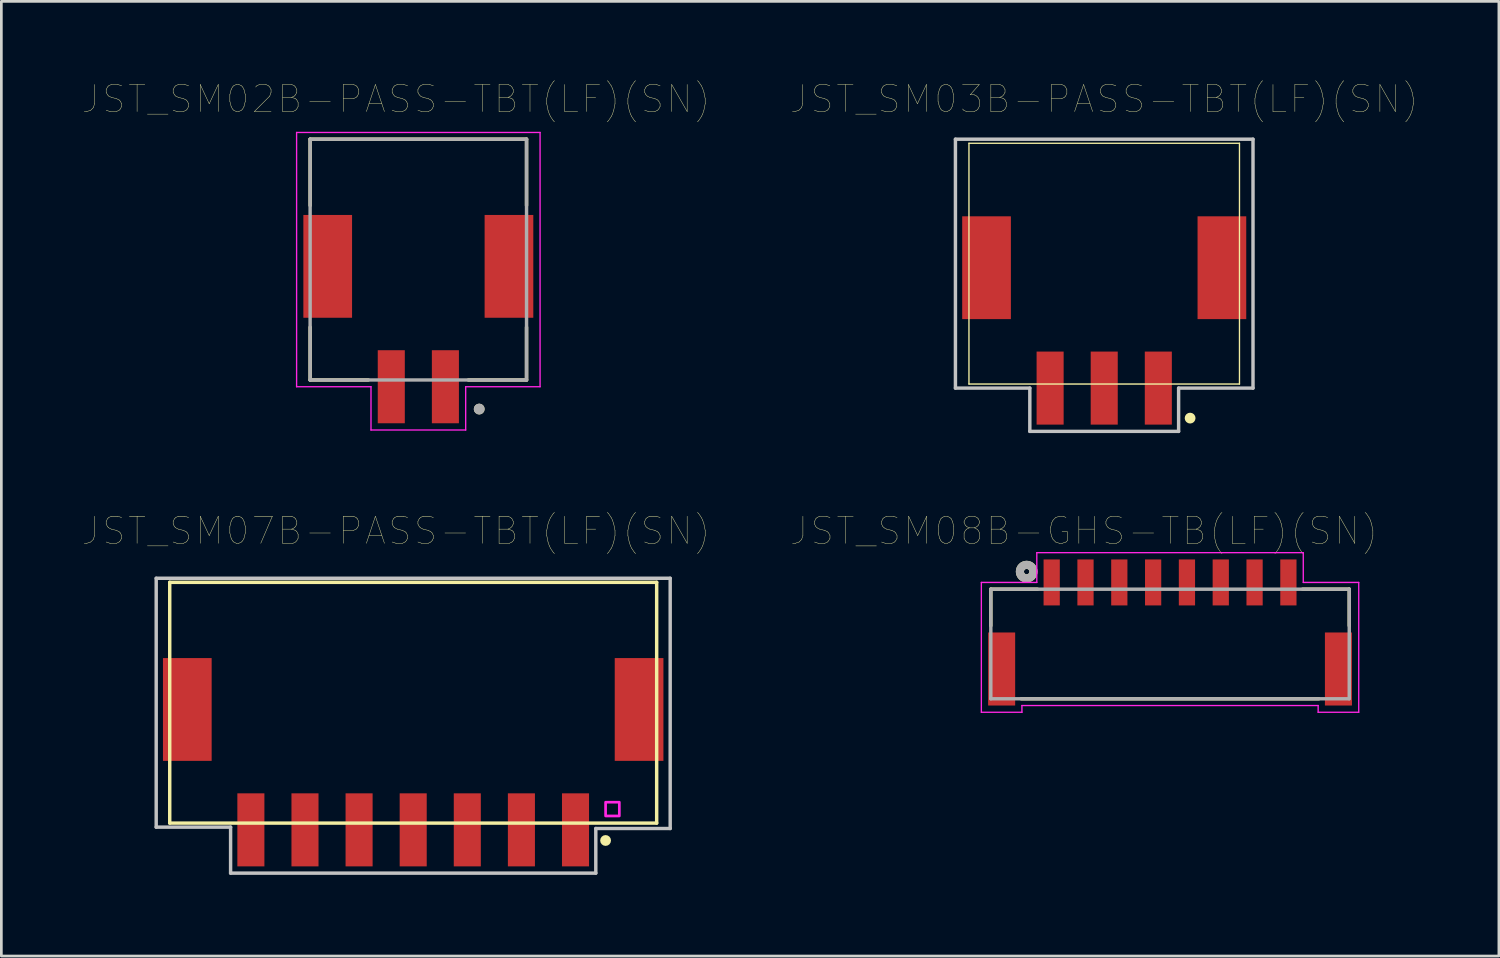
<source format=kicad_pcb>
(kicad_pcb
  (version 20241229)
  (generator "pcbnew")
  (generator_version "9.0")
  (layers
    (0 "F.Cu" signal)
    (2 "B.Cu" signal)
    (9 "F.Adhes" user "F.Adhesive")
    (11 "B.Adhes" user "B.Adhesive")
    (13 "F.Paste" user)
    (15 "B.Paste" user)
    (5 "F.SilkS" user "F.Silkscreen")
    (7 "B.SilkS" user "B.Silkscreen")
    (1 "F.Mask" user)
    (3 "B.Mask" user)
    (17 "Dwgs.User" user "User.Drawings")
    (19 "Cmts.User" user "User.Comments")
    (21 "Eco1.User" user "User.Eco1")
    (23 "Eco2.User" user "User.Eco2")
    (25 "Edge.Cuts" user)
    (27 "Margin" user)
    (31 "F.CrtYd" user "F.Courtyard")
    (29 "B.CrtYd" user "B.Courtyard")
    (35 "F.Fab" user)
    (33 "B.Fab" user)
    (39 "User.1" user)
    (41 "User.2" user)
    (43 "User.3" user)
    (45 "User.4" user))
  (footprint "JST_SM07B-PASS-TBT(LF)(SN)"
    (layer "F.Cu")
    (at 12.224 18.476)
    (property "Reference" "JST_SM07B-PASS-TBT(LF)(SN)" (at -0.635 -1.905 0) (layer "F.SilkS") (effects (font (size 1 1) (thickness 0.015))))
    (attr through_hole)
    (fp_line (start -9 0) (end -9 8.9) (stroke (width 0.127) (type solid)) (layer "F.SilkS"))
    (fp_line (start -9 8.9) (end 9 8.9) (stroke (width 0.127) (type solid)) (layer "F.SilkS"))
    (fp_line (start 9 0) (end -9 0) (stroke (width 0.127) (type solid)) (layer "F.SilkS"))
    (fp_line (start 9 8.9) (end 9 0) (stroke (width 0.127) (type solid)) (layer "F.SilkS"))
    (fp_circle (center 7.112 9.543) (end 7.212 9.543) (stroke (width 0.2) (type solid)) (fill no) (layer "F.SilkS"))
    (fp_line (start -9.5 -0.15) (end -9.5 9.05) (stroke (width 0.127) (type solid)) (layer "Dwgs.User"))
    (fp_line (start -9.5 9.05) (end -6.75 9.05) (stroke (width 0.127) (type solid)) (layer "Dwgs.User"))
    (fp_line (start -6.75 9.05) (end -6.75 10.75) (stroke (width 0.127) (type solid)) (layer "Dwgs.User"))
    (fp_line (start -6.75 10.75) (end 6.75 10.75) (stroke (width 0.127) (type solid)) (layer "Dwgs.User"))
    (fp_line (start 6.75 9.1) (end 9.5 9.1) (stroke (width 0.127) (type solid)) (layer "Dwgs.User"))
    (fp_line (start 6.75 10.75) (end 6.75 9.1) (stroke (width 0.127) (type solid)) (layer "Dwgs.User"))
    (fp_line (start 9.5 -0.15) (end -9.5 -0.15) (stroke (width 0.127) (type solid)) (layer "Dwgs.User"))
    (fp_line (start 9.5 9.1) (end 9.5 -0.15) (stroke (width 0.127) (type solid)) (layer "Dwgs.User"))
    (fp_poly (pts (xy 7.62 8.636) (xy 7.112 8.636) (xy 7.112 8.128) (xy 7.62 8.128)) (stroke (width 0.1) (type solid)) (fill no) (layer "F.CrtYd"))
    (pad "1" smd rect (at 6 9.15) (size 1 2.7) (layers "F.Cu" "F.Mask" "F.Paste"))
    (pad "2" smd rect (at 4 9.15) (size 1 2.7) (layers "F.Cu" "F.Mask" "F.Paste"))
    (pad "3" smd rect (at 2 9.15) (size 1 2.7) (layers "F.Cu" "F.Mask" "F.Paste"))
    (pad "4" smd rect (at 0 9.15) (size 1 2.7) (layers "F.Cu" "F.Mask" "F.Paste"))
    (pad "5" smd rect (at -2 9.15) (size 1 2.7) (layers "F.Cu" "F.Mask" "F.Paste"))
    (pad "6" smd rect (at -4 9.15) (size 1 2.7) (layers "F.Cu" "F.Mask" "F.Paste"))
    (pad "7" smd rect (at -6 9.15) (size 1 2.7) (layers "F.Cu" "F.Mask" "F.Paste"))
    (pad "S1" smd rect (at 8.35 4.7) (size 1.8 3.8) (layers "F.Cu" "F.Mask" "F.Paste"))
    (pad "S2" smd rect (at -8.35 4.7) (size 1.8 3.8) (layers "F.Cu" "F.Mask" "F.Paste")))
  (footprint "JST_SM08B-GHS-TB(LF)(SN)"
    (layer "F.Cu")
    (at 40.201 18.48)
    (property "Reference" "JST_SM08B-GHS-TB(LF)(SN)" (at -3.18 -1.908 0) (layer "F.SilkS") (effects (font (size 1.001 1.001) (thickness 0.015))))
    (attr through_hole)
    (fp_line (start -6.625 0.25) (end -6.625 1.6) (stroke (width 0.127) (type solid)) (layer "F.SilkS"))
    (fp_line (start -5.5 4.3) (end 5.5 4.3) (stroke (width 0.127) (type solid)) (layer "F.SilkS"))
    (fp_line (start -4.9 0.25) (end -6.625 0.25) (stroke (width 0.127) (type solid)) (layer "F.SilkS"))
    (fp_line (start 6.625 0.25) (end 4.9 0.25) (stroke (width 0.127) (type solid)) (layer "F.SilkS"))
    (fp_line (start 6.625 0.25) (end 6.625 1.6) (stroke (width 0.127) (type solid)) (layer "F.SilkS"))
    (fp_circle (center -5.3 -0.4) (end -5.2 -0.4) (stroke (width 0.3) (type solid)) (fill no) (layer "F.SilkS"))
    (fp_line (start -6.975 0) (end -4.925 0) (stroke (width 0.05) (type solid)) (layer "F.CrtYd"))
    (fp_line (start -6.975 4.8) (end -6.975 0) (stroke (width 0.05) (type solid)) (layer "F.CrtYd"))
    (fp_line (start -5.475 4.55) (end -5.475 4.8) (stroke (width 0.05) (type solid)) (layer "F.CrtYd"))
    (fp_line (start -5.475 4.8) (end -6.975 4.8) (stroke (width 0.05) (type solid)) (layer "F.CrtYd"))
    (fp_line (start -4.925 -1.1) (end 4.925 -1.1) (stroke (width 0.05) (type solid)) (layer "F.CrtYd"))
    (fp_line (start -4.925 0) (end -4.925 -1.1) (stroke (width 0.05) (type solid)) (layer "F.CrtYd"))
    (fp_line (start 4.925 -1.1) (end 4.925 0) (stroke (width 0.05) (type solid)) (layer "F.CrtYd"))
    (fp_line (start 4.925 0) (end 6.975 0) (stroke (width 0.05) (type solid)) (layer "F.CrtYd"))
    (fp_line (start 5.475 4.55) (end -5.475 4.55) (stroke (width 0.05) (type solid)) (layer "F.CrtYd"))
    (fp_line (start 5.475 4.8) (end 5.475 4.55) (stroke (width 0.05) (type solid)) (layer "F.CrtYd"))
    (fp_line (start 6.975 0) (end 6.975 4.8) (stroke (width 0.05) (type solid)) (layer "F.CrtYd"))
    (fp_line (start 6.975 4.8) (end 5.475 4.8) (stroke (width 0.05) (type solid)) (layer "F.CrtYd"))
    (fp_line (start -6.625 0.25) (end 6.625 0.25) (stroke (width 0.127) (type solid)) (layer "F.Fab"))
    (fp_line (start -6.625 4.3) (end -6.625 0.25) (stroke (width 0.127) (type solid)) (layer "F.Fab"))
    (fp_line (start 6.625 0.25) (end 6.625 4.3) (stroke (width 0.127) (type solid)) (layer "F.Fab"))
    (fp_line (start 6.625 4.3) (end -6.625 4.3) (stroke (width 0.127) (type solid)) (layer "F.Fab"))
    (fp_circle (center -5.3 -0.4) (end -5.2 -0.4) (stroke (width 0.3) (type solid)) (fill no) (layer "F.Fab"))
    (pad "1" smd rect (at -4.375 0) (size 0.6 1.7) (layers "F.Cu" "F.Mask" "F.Paste"))
    (pad "2" smd rect (at -3.125 0) (size 0.6 1.7) (layers "F.Cu" "F.Mask" "F.Paste"))
    (pad "3" smd rect (at -1.875 0) (size 0.6 1.7) (layers "F.Cu" "F.Mask" "F.Paste"))
    (pad "4" smd rect (at -0.625 0) (size 0.6 1.7) (layers "F.Cu" "F.Mask" "F.Paste"))
    (pad "5" smd rect (at 0.625 0) (size 0.6 1.7) (layers "F.Cu" "F.Mask" "F.Paste"))
    (pad "6" smd rect (at 1.875 0) (size 0.6 1.7) (layers "F.Cu" "F.Mask" "F.Paste"))
    (pad "7" smd rect (at 3.125 0) (size 0.6 1.7) (layers "F.Cu" "F.Mask" "F.Paste"))
    (pad "8" smd rect (at 4.375 0) (size 0.6 1.7) (layers "F.Cu" "F.Mask" "F.Paste"))
    (pad "SH1" smd rect (at -6.225 3.2) (size 1 2.7) (layers "F.Cu" "F.Mask" "F.Paste"))
    (pad "SH2" smd rect (at 6.225 3.2) (size 1 2.7) (layers "F.Cu" "F.Mask" "F.Paste")))
  (footprint "JST_SM02B-PASS-TBT(LF)(SN)"
    (layer "F.Cu")
    (at 12.414 7.346)
    (property "Reference" "JST_SM02B-PASS-TBT(LF)(SN)" (at -0.825 -6.735 0) (layer "F.SilkS") (effects (font (size 1 1) (thickness 0.015))))
    (attr through_hole)
    (fp_line (start -4 -5.25) (end 4 -5.25) (stroke (width 0.127) (type solid)) (layer "F.SilkS"))
    (fp_line (start -4 -2.8) (end -4 -5.25) (stroke (width 0.127) (type solid)) (layer "F.SilkS"))
    (fp_line (start -4 1.7) (end -4 3.65) (stroke (width 0.127) (type solid)) (layer "F.SilkS"))
    (fp_line (start -4 3.65) (end -1.85 3.65) (stroke (width 0.127) (type solid)) (layer "F.SilkS"))
    (fp_line (start 4 -5.25) (end 4 -2.8) (stroke (width 0.127) (type solid)) (layer "F.SilkS"))
    (fp_line (start 4 1.7) (end 4 3.65) (stroke (width 0.127) (type solid)) (layer "F.SilkS"))
    (fp_line (start 4 3.65) (end 1.85 3.65) (stroke (width 0.127) (type solid)) (layer "F.SilkS"))
    (fp_circle (center 2.25 4.725) (end 2.35 4.725) (stroke (width 0.2) (type solid)) (fill no) (layer "F.SilkS"))
    (fp_line (start -4.5 -5.5) (end -4.5 3.9) (stroke (width 0.05) (type solid)) (layer "F.CrtYd"))
    (fp_line (start -4.5 3.9) (end -1.75 3.9) (stroke (width 0.05) (type solid)) (layer "F.CrtYd"))
    (fp_line (start -1.75 3.9) (end -1.75 5.5) (stroke (width 0.05) (type solid)) (layer "F.CrtYd"))
    (fp_line (start -1.75 5.5) (end 1.75 5.5) (stroke (width 0.05) (type solid)) (layer "F.CrtYd"))
    (fp_line (start 1.75 3.9) (end 4.5 3.9) (stroke (width 0.05) (type solid)) (layer "F.CrtYd"))
    (fp_line (start 1.75 5.5) (end 1.75 3.9) (stroke (width 0.05) (type solid)) (layer "F.CrtYd"))
    (fp_line (start 4.5 -5.5) (end -4.5 -5.5) (stroke (width 0.05) (type solid)) (layer "F.CrtYd"))
    (fp_line (start 4.5 3.9) (end 4.5 -5.5) (stroke (width 0.05) (type solid)) (layer "F.CrtYd"))
    (fp_line (start -4 -5.25) (end -4 3.65) (stroke (width 0.127) (type solid)) (layer "F.Fab"))
    (fp_line (start -4 -5.25) (end 4 -5.25) (stroke (width 0.127) (type solid)) (layer "F.Fab"))
    (fp_line (start -4 3.65) (end 4 3.65) (stroke (width 0.127) (type solid)) (layer "F.Fab"))
    (fp_line (start 4 3.65) (end 4 -5.25) (stroke (width 0.127) (type solid)) (layer "F.Fab"))
    (fp_circle (center 2.25 4.725) (end 2.35 4.725) (stroke (width 0.2) (type solid)) (fill no) (layer "F.Fab"))
    (pad "1" smd rect (at 1 3.9) (size 1 2.7) (layers "F.Cu" "F.Mask" "F.Paste"))
    (pad "2" smd rect (at -1 3.9) (size 1 2.7) (layers "F.Cu" "F.Mask" "F.Paste"))
    (pad "S1" smd rect (at 3.35 -0.55) (size 1.8 3.8) (layers "F.Cu" "F.Mask" "F.Paste"))
    (pad "S2" smd rect (at -3.35 -0.55) (size 1.8 3.8) (layers "F.Cu" "F.Mask" "F.Paste")))
  (footprint "JST_SM03B-PASS-TBT(LF)(SN)"
    (layer "F.Cu")
    (at 37.768 2.246)
    (property "Reference" "JST_SM03B-PASS-TBT(LF)(SN)" (at 0 -1.635 0) (layer "F.SilkS") (effects (font (size 1 1) (thickness 0.015))))
    (attr through_hole)
    (fp_line (start -5 0) (end -5 8.9) (stroke (width 0.05) (type solid)) (layer "F.SilkS"))
    (fp_line (start -5 0) (end 5 0) (stroke (width 0.05) (type solid)) (layer "F.SilkS"))
    (fp_line (start 5 0) (end 5 8.9) (stroke (width 0.05) (type solid)) (layer "F.SilkS"))
    (fp_line (start 5 8.9) (end -5 8.9) (stroke (width 0.05) (type solid)) (layer "F.SilkS"))
    (fp_circle (center 3.175 10.16) (end 3.275 10.16) (stroke (width 0.2) (type solid)) (fill no) (layer "F.SilkS"))
    (fp_line (start -5.5 -0.15) (end -5.5 9.05) (stroke (width 0.127) (type solid)) (layer "Dwgs.User"))
    (fp_line (start -5.5 9.05) (end -2.75 9.05) (stroke (width 0.127) (type solid)) (layer "Dwgs.User"))
    (fp_line (start -2.75 9.05) (end -2.75 10.65) (stroke (width 0.127) (type solid)) (layer "Dwgs.User"))
    (fp_line (start -2.75 10.65) (end 2.75 10.65) (stroke (width 0.127) (type solid)) (layer "Dwgs.User"))
    (fp_line (start 2.75 9.05) (end 5.5 9.05) (stroke (width 0.127) (type solid)) (layer "Dwgs.User"))
    (fp_line (start 2.75 10.65) (end 2.75 9.05) (stroke (width 0.127) (type solid)) (layer "Dwgs.User"))
    (fp_line (start 5.5 -0.15) (end -5.5 -0.15) (stroke (width 0.127) (type solid)) (layer "Dwgs.User"))
    (fp_line (start 5.5 9.05) (end 5.5 -0.15) (stroke (width 0.127) (type solid)) (layer "Dwgs.User"))
    (pad "1" smd rect (at 2 9.05) (size 1 2.7) (layers "F.Cu" "F.Mask" "F.Paste"))
    (pad "2" smd rect (at 0 9.05) (size 1 2.7) (layers "F.Cu" "F.Mask" "F.Paste"))
    (pad "3" smd rect (at -2 9.05) (size 1 2.7) (layers "F.Cu" "F.Mask" "F.Paste"))
    (pad "S1" smd rect (at 4.35 4.6) (size 1.8 3.8) (layers "F.Cu" "F.Mask" "F.Paste"))
    (pad "S2" smd rect (at -4.35 4.6) (size 1.8 3.8) (layers "F.Cu" "F.Mask" "F.Paste")))
  (gr_rect
    (start -3 -3)
    (end 52.357 32.29)
    (stroke (width 0.1) (type default))
    (fill no)
    (layer "Edge.Cuts")))
</source>
